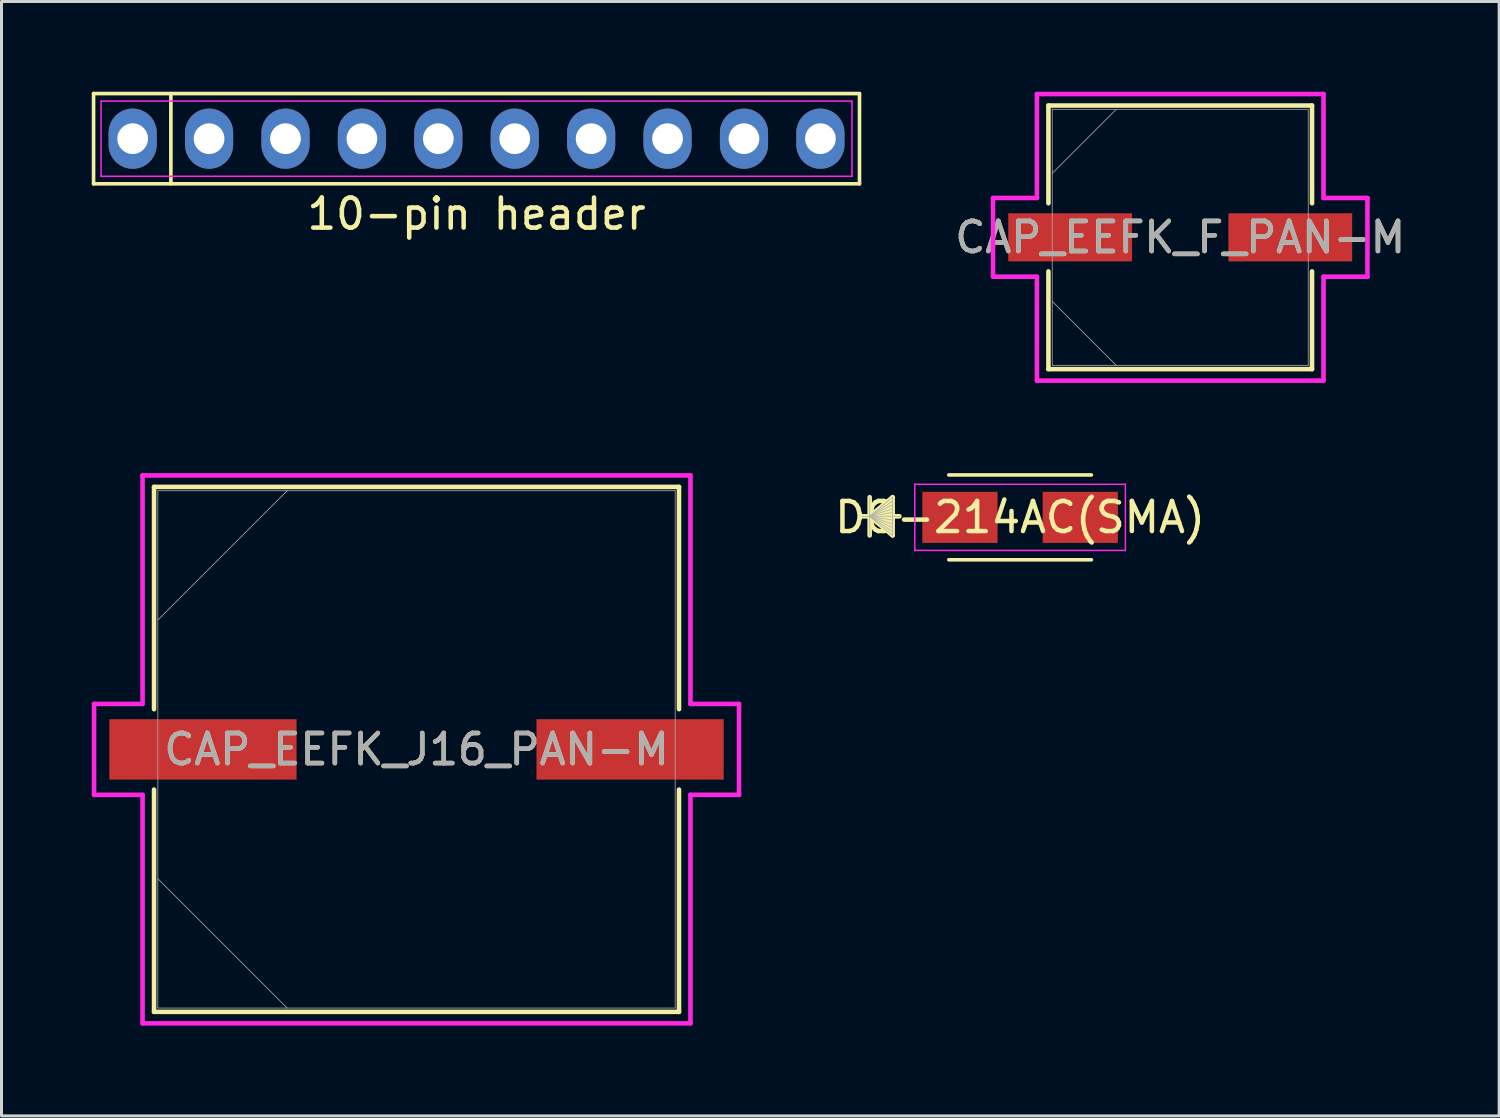
<source format=kicad_pcb>
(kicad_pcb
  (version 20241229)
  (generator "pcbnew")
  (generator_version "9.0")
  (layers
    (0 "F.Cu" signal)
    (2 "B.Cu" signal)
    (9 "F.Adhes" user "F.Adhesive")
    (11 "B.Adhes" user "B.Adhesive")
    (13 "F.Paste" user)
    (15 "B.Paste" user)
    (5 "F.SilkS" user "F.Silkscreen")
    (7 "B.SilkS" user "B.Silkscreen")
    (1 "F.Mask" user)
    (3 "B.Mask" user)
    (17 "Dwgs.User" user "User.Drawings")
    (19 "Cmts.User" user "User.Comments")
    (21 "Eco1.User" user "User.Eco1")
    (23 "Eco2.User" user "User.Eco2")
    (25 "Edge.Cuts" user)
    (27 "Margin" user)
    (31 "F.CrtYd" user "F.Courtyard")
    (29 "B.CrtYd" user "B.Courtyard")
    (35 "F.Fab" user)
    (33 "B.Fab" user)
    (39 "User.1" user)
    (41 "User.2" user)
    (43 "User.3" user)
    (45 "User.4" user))
  (footprint "CAP_EEFK_J16_PAN-M"
    (layer "F.Cu")
    (at 10.795 21.86)
    (property "Reference" "CAP_EEFK_J16_PAN-M" (at 0 0 0) (unlocked yes) (layer "F.SilkS") (effects (font (size 1 1) (thickness 0.15))))
    (attr smd)
    (fp_line (start -8.725 -8.725) (end -8.725 -1.336) (stroke (width 0.152) (type solid)) (layer "F.SilkS"))
    (fp_line (start -8.725 1.336) (end -8.725 8.725) (stroke (width 0.152) (type solid)) (layer "F.SilkS"))
    (fp_line (start -8.725 8.725) (end 8.725 8.725) (stroke (width 0.152) (type solid)) (layer "F.SilkS"))
    (fp_line (start 8.725 -8.725) (end -8.725 -8.725) (stroke (width 0.152) (type solid)) (layer "F.SilkS"))
    (fp_line (start 8.725 -1.336) (end 8.725 -8.725) (stroke (width 0.152) (type solid)) (layer "F.SilkS"))
    (fp_line (start 8.725 8.725) (end 8.725 1.336) (stroke (width 0.152) (type solid)) (layer "F.SilkS"))
    (fp_line (start -10.719 -1.511) (end -9.106 -1.511) (stroke (width 0.152) (type solid)) (layer "F.CrtYd"))
    (fp_line (start -10.719 1.511) (end -10.719 -1.511) (stroke (width 0.152) (type solid)) (layer "F.CrtYd"))
    (fp_line (start -9.106 -9.106) (end 9.106 -9.106) (stroke (width 0.152) (type solid)) (layer "F.CrtYd"))
    (fp_line (start -9.106 -1.511) (end -9.106 -9.106) (stroke (width 0.152) (type solid)) (layer "F.CrtYd"))
    (fp_line (start -9.106 1.511) (end -10.719 1.511) (stroke (width 0.152) (type solid)) (layer "F.CrtYd"))
    (fp_line (start -9.106 9.106) (end -9.106 1.511) (stroke (width 0.152) (type solid)) (layer "F.CrtYd"))
    (fp_line (start 9.106 -9.106) (end 9.106 -1.511) (stroke (width 0.152) (type solid)) (layer "F.CrtYd"))
    (fp_line (start 9.106 -1.511) (end 10.719 -1.511) (stroke (width 0.152) (type solid)) (layer "F.CrtYd"))
    (fp_line (start 9.106 1.511) (end 9.106 9.106) (stroke (width 0.152) (type solid)) (layer "F.CrtYd"))
    (fp_line (start 9.106 9.106) (end -9.106 9.106) (stroke (width 0.152) (type solid)) (layer "F.CrtYd"))
    (fp_line (start 10.719 -1.511) (end 10.719 1.511) (stroke (width 0.152) (type solid)) (layer "F.CrtYd"))
    (fp_line (start 10.719 1.511) (end 9.106 1.511) (stroke (width 0.152) (type solid)) (layer "F.CrtYd"))
    (fp_line (start -8.598 -8.598) (end -8.598 8.598) (stroke (width 0.025) (type solid)) (layer "F.Fab"))
    (fp_line (start -8.598 -4.299) (end -4.299 -8.598) (stroke (width 0.025) (type solid)) (layer "F.Fab"))
    (fp_line (start -8.598 4.299) (end -4.299 8.598) (stroke (width 0.025) (type solid)) (layer "F.Fab"))
    (fp_line (start -8.598 8.598) (end 8.598 8.598) (stroke (width 0.025) (type solid)) (layer "F.Fab"))
    (fp_line (start 8.598 -8.598) (end -8.598 -8.598) (stroke (width 0.025) (type solid)) (layer "F.Fab"))
    (fp_line (start 8.598 8.598) (end 8.598 -8.598) (stroke (width 0.025) (type solid)) (layer "F.Fab"))
    (fp_text user "${REFERENCE}" (at 0 0 0) (unlocked yes) (layer "F.Fab") (effects (font (size 1 1) (thickness 0.15))))
    (pad "1" smd rect (at -7.099 0) (size 6.223 2.007) (layers "F.Cu" "F.Mask" "F.Paste"))
    (pad "2" smd rect (at 7.099 0) (size 6.223 2.007) (layers "F.Cu" "F.Mask" "F.Paste"))
    (zone (net_name "") (layer "F.Cu") (hatch full 0.508) (connect_pads) (min_thickness 0.254) (filled_areas_thickness no) (keepout (tracks not_allowed) (vias not_allowed) (pads allowed) (copperpour not_allowed) (footprints allowed)) (placement (enabled no)) (fill) (polygon (pts (xy 2.248 13.312) (xy 19.342 13.312) (xy 19.342 20.805) (xy 2.248 20.805))))
    (zone (net_name "") (layer "F.Cu") (hatch full 0.508) (connect_pads) (min_thickness 0.254) (filled_areas_thickness no) (keepout (tracks not_allowed) (vias not_allowed) (pads allowed) (copperpour not_allowed) (footprints allowed)) (placement (enabled no)) (fill) (polygon (pts (xy 2.248 22.914) (xy 19.342 22.914) (xy 19.342 30.407) (xy 2.248 30.407))))
    (zone (net_name "") (layer "F.Cu") (hatch full 0.508) (connect_pads) (min_thickness 0.254) (filled_areas_thickness no) (keepout (tracks not_allowed) (vias not_allowed) (pads allowed) (copperpour not_allowed) (footprints allowed)) (placement (enabled no)) (fill) (polygon (pts (xy 6.858 20.805) (xy 14.732 20.805) (xy 14.732 22.914) (xy 6.858 22.914)))))
  (footprint "10-pin header"
    (layer "F.Cu")
    (at 12.79 1.56)
    (property "Reference" "10-pin header" (at 0 2.5 0) (layer "F.SilkS") (effects (font (size 1 1) (thickness 0.15))))
    (attr through_hole)
    (fp_line (start -12.73 -1.5) (end 12.73 -1.5) (stroke (width 0.12) (type default)) (layer "F.SilkS"))
    (fp_line (start -12.73 1.5) (end -12.73 -1.5) (stroke (width 0.12) (type default)) (layer "F.SilkS"))
    (fp_line (start -10.16 -1.5) (end -10.16 1.5) (stroke (width 0.12) (type default)) (layer "F.SilkS"))
    (fp_line (start 12.73 -1.5) (end 12.73 1.5) (stroke (width 0.12) (type default)) (layer "F.SilkS"))
    (fp_line (start 12.73 1.5) (end -12.73 1.5) (stroke (width 0.12) (type default)) (layer "F.SilkS"))
    (fp_line (start -12.48 -1.25) (end 12.48 -1.25) (stroke (width 0.05) (type default)) (layer "F.CrtYd"))
    (fp_line (start -12.48 1.25) (end -12.48 -1.25) (stroke (width 0.05) (type default)) (layer "F.CrtYd"))
    (fp_line (start 12.48 -1.25) (end 12.48 1.25) (stroke (width 0.05) (type default)) (layer "F.CrtYd"))
    (fp_line (start 12.48 1.25) (end -12.48 1.25) (stroke (width 0.05) (type default)) (layer "F.CrtYd"))
    (pad "1" thru_hole oval (at -11.43 0) (size 1.6 2) (drill 1.02) (layers "*.Cu" "*.Mask"))
    (pad "2" thru_hole oval (at -8.89 0) (size 1.6 2) (drill 1.02) (layers "*.Cu" "*.Mask"))
    (pad "3" thru_hole oval (at -6.35 0) (size 1.6 2) (drill 1.02) (layers "*.Cu" "*.Mask"))
    (pad "4" thru_hole oval (at -3.81 0) (size 1.6 2) (drill 1.02) (layers "*.Cu" "*.Mask"))
    (pad "5" thru_hole oval (at -1.27 0) (size 1.6 2) (drill 1.02) (layers "*.Cu" "*.Mask"))
    (pad "6" thru_hole oval (at 1.27 0) (size 1.6 2) (drill 1.02) (layers "*.Cu" "*.Mask"))
    (pad "7" thru_hole oval (at 3.81 0) (size 1.6 2) (drill 1.02) (layers "*.Cu" "*.Mask"))
    (pad "8" thru_hole oval (at 6.35 0) (size 1.6 2) (drill 1.02) (layers "*.Cu" "*.Mask"))
    (pad "9" thru_hole oval (at 8.89 0) (size 1.6 2) (drill 1.02) (layers "*.Cu" "*.Mask"))
    (pad "10" thru_hole oval (at 11.43 0) (size 1.6 2) (drill 1.02) (layers "*.Cu" "*.Mask")))
  (footprint "DO-214AC(SMA)"
    (layer "F.Cu")
    (at 30.858 14.147)
    (property "Reference" "DO-214AC(SMA)" (at 0 0 0) (layer "F.SilkS") (effects (font (size 1 1) (thickness 0.15))))
    (attr smd)
    (fp_line (start -5 -0.67) (end -5 0.6) (stroke (width 0.152) (type solid)) (layer "F.SilkS"))
    (fp_line (start -5 -0.035) (end -4.238 -0.67) (stroke (width 0.152) (type solid)) (layer "F.SilkS"))
    (fp_line (start -5 -0.035) (end -4.238 -0.543) (stroke (width 0.152) (type solid)) (layer "F.SilkS"))
    (fp_line (start -5 -0.035) (end -4.238 -0.416) (stroke (width 0.152) (type solid)) (layer "F.SilkS"))
    (fp_line (start -5 -0.035) (end -4.238 -0.289) (stroke (width 0.152) (type solid)) (layer "F.SilkS"))
    (fp_line (start -5 -0.035) (end -4.238 -0.162) (stroke (width 0.152) (type solid)) (layer "F.SilkS"))
    (fp_line (start -5 -0.035) (end -4.238 0.092) (stroke (width 0.152) (type solid)) (layer "F.SilkS"))
    (fp_line (start -5 -0.035) (end -4.238 0.219) (stroke (width 0.152) (type solid)) (layer "F.SilkS"))
    (fp_line (start -5 -0.035) (end -4.238 0.346) (stroke (width 0.152) (type solid)) (layer "F.SilkS"))
    (fp_line (start -5 -0.035) (end -4.238 0.473) (stroke (width 0.152) (type solid)) (layer "F.SilkS"))
    (fp_line (start -5 -0.035) (end -4.238 0.6) (stroke (width 0.152) (type solid)) (layer "F.SilkS"))
    (fp_line (start -4.238 -0.67) (end -4.238 0.6) (stroke (width 0.152) (type solid)) (layer "F.SilkS"))
    (fp_line (start -4.012 -0.035) (end -5.254 -0.035) (stroke (width 0.152) (type solid)) (layer "F.SilkS"))
    (fp_line (start -2.37 -1.41) (end 2.37 -1.41) (stroke (width 0.12) (type default)) (layer "F.SilkS"))
    (fp_line (start 2.37 1.41) (end -2.37 1.41) (stroke (width 0.12) (type default)) (layer "F.SilkS"))
    (fp_line (start -3.5 -1.1) (end 3.5 -1.1) (stroke (width 0.05) (type default)) (layer "F.CrtYd"))
    (fp_line (start -3.5 1.1) (end -3.5 -1.1) (stroke (width 0.05) (type default)) (layer "F.CrtYd"))
    (fp_line (start 3.5 -1.1) (end 3.5 1.1) (stroke (width 0.05) (type default)) (layer "F.CrtYd"))
    (fp_line (start 3.5 1.1) (end -3.5 1.1) (stroke (width 0.05) (type default)) (layer "F.CrtYd"))
    (fp_line (start -5 -0.67) (end -5 0.6) (stroke (width 0.025) (type solid)) (layer "F.Fab"))
    (fp_line (start -5 -0.035) (end -4.238 -0.67) (stroke (width 0.025) (type solid)) (layer "F.Fab"))
    (fp_line (start -5 -0.035) (end -4.238 -0.543) (stroke (width 0.025) (type solid)) (layer "F.Fab"))
    (fp_line (start -5 -0.035) (end -4.238 -0.416) (stroke (width 0.025) (type solid)) (layer "F.Fab"))
    (fp_line (start -5 -0.035) (end -4.238 -0.289) (stroke (width 0.025) (type solid)) (layer "F.Fab"))
    (fp_line (start -5 -0.035) (end -4.238 -0.162) (stroke (width 0.025) (type solid)) (layer "F.Fab"))
    (fp_line (start -5 -0.035) (end -4.238 0.092) (stroke (width 0.025) (type solid)) (layer "F.Fab"))
    (fp_line (start -5 -0.035) (end -4.238 0.219) (stroke (width 0.025) (type solid)) (layer "F.Fab"))
    (fp_line (start -5 -0.035) (end -4.238 0.346) (stroke (width 0.025) (type solid)) (layer "F.Fab"))
    (fp_line (start -5 -0.035) (end -4.238 0.473) (stroke (width 0.025) (type solid)) (layer "F.Fab"))
    (fp_line (start -5 -0.035) (end -4.238 0.6) (stroke (width 0.025) (type solid)) (layer "F.Fab"))
    (fp_line (start -4.238 -0.67) (end -4.238 0.6) (stroke (width 0.025) (type solid)) (layer "F.Fab"))
    (fp_line (start -3.984 -0.035) (end -5.254 -0.035) (stroke (width 0.025) (type solid)) (layer "F.Fab"))
    (pad "1" smd rect (at -2 0) (size 2.5 1.7) (layers "F.Cu" "F.Mask" "F.Paste"))
    (pad "2" smd rect (at 2 0) (size 2.5 1.7) (layers "F.Cu" "F.Mask" "F.Paste")))
  (footprint "CAP_EEFK_F_PAN-M"
    (layer "F.Cu")
    (at 36.181 4.839)
    (property "Reference" "CAP_EEFK_F_PAN-M" (at 0 0 0) (unlocked yes) (layer "F.SilkS") (effects (font (size 1 1) (thickness 0.15))))
    (attr smd)
    (fp_line (start -4.381 -4.381) (end -4.381 -1.133) (stroke (width 0.152) (type solid)) (layer "F.SilkS"))
    (fp_line (start -4.381 1.133) (end -4.381 4.381) (stroke (width 0.152) (type solid)) (layer "F.SilkS"))
    (fp_line (start -4.381 4.381) (end 4.381 4.381) (stroke (width 0.152) (type solid)) (layer "F.SilkS"))
    (fp_line (start 4.381 -4.381) (end -4.381 -4.381) (stroke (width 0.152) (type solid)) (layer "F.SilkS"))
    (fp_line (start 4.381 -1.133) (end 4.381 -4.381) (stroke (width 0.152) (type solid)) (layer "F.SilkS"))
    (fp_line (start 4.381 4.381) (end 4.381 1.133) (stroke (width 0.152) (type solid)) (layer "F.SilkS"))
    (fp_line (start -6.223 -1.308) (end -4.763 -1.308) (stroke (width 0.152) (type solid)) (layer "F.CrtYd"))
    (fp_line (start -6.223 1.308) (end -6.223 -1.308) (stroke (width 0.152) (type solid)) (layer "F.CrtYd"))
    (fp_line (start -4.763 -4.763) (end 4.763 -4.763) (stroke (width 0.152) (type solid)) (layer "F.CrtYd"))
    (fp_line (start -4.763 -1.308) (end -4.763 -4.763) (stroke (width 0.152) (type solid)) (layer "F.CrtYd"))
    (fp_line (start -4.763 1.308) (end -6.223 1.308) (stroke (width 0.152) (type solid)) (layer "F.CrtYd"))
    (fp_line (start -4.763 4.763) (end -4.763 1.308) (stroke (width 0.152) (type solid)) (layer "F.CrtYd"))
    (fp_line (start 4.763 -4.763) (end 4.763 -1.308) (stroke (width 0.152) (type solid)) (layer "F.CrtYd"))
    (fp_line (start 4.763 -1.308) (end 6.223 -1.308) (stroke (width 0.152) (type solid)) (layer "F.CrtYd"))
    (fp_line (start 4.763 1.308) (end 4.763 4.763) (stroke (width 0.152) (type solid)) (layer "F.CrtYd"))
    (fp_line (start 4.763 4.763) (end -4.763 4.763) (stroke (width 0.152) (type solid)) (layer "F.CrtYd"))
    (fp_line (start 6.223 -1.308) (end 6.223 1.308) (stroke (width 0.152) (type solid)) (layer "F.CrtYd"))
    (fp_line (start 6.223 1.308) (end 4.763 1.308) (stroke (width 0.152) (type solid)) (layer "F.CrtYd"))
    (fp_line (start -4.255 -4.255) (end -4.255 4.255) (stroke (width 0.025) (type solid)) (layer "F.Fab"))
    (fp_line (start -4.255 -2.127) (end -2.127 -4.255) (stroke (width 0.025) (type solid)) (layer "F.Fab"))
    (fp_line (start -4.255 2.127) (end -2.127 4.255) (stroke (width 0.025) (type solid)) (layer "F.Fab"))
    (fp_line (start -4.255 4.255) (end 4.255 4.255) (stroke (width 0.025) (type solid)) (layer "F.Fab"))
    (fp_line (start 4.255 -4.255) (end -4.255 -4.255) (stroke (width 0.025) (type solid)) (layer "F.Fab"))
    (fp_line (start 4.255 4.255) (end 4.255 -4.255) (stroke (width 0.025) (type solid)) (layer "F.Fab"))
    (fp_text user "${REFERENCE}" (at 0 0 0) (unlocked yes) (layer "F.Fab") (effects (font (size 1 1) (thickness 0.15))))
    (pad "1" smd rect (at -3.658 0) (size 4.115 1.6) (layers "F.Cu" "F.Mask" "F.Paste"))
    (pad "2" smd rect (at 3.658 0) (size 4.115 1.6) (layers "F.Cu" "F.Mask" "F.Paste"))
    (zone (net_name "") (layer "F.Cu") (hatch full 0.508) (connect_pads) (min_thickness 0.254) (filled_areas_thickness no) (keepout (tracks not_allowed) (vias not_allowed) (pads allowed) (copperpour not_allowed) (footprints allowed)) (placement (enabled no)) (fill) (polygon (pts (xy 31.977 0.635) (xy 40.385 0.635) (xy 40.385 3.988) (xy 31.977 3.988))))
    (zone (net_name "") (layer "F.Cu") (hatch full 0.508) (connect_pads) (min_thickness 0.254) (filled_areas_thickness no) (keepout (tracks not_allowed) (vias not_allowed) (pads allowed) (copperpour not_allowed) (footprints allowed)) (placement (enabled no)) (fill) (polygon (pts (xy 31.977 5.69) (xy 40.385 5.69) (xy 40.385 9.042) (xy 31.977 9.042))))
    (zone (net_name "") (layer "F.Cu") (hatch full 0.508) (connect_pads) (min_thickness 0.254) (filled_areas_thickness no) (keepout (tracks not_allowed) (vias not_allowed) (pads allowed) (copperpour not_allowed) (footprints allowed)) (placement (enabled no)) (fill) (polygon (pts (xy 34.632 3.988) (xy 37.731 3.988) (xy 37.731 5.69) (xy 34.632 5.69)))))
  (gr_rect
    (start -3 -3)
    (end 46.782 34.042)
    (stroke (width 0.1) (type default))
    (fill no)
    (layer "Edge.Cuts")))
</source>
